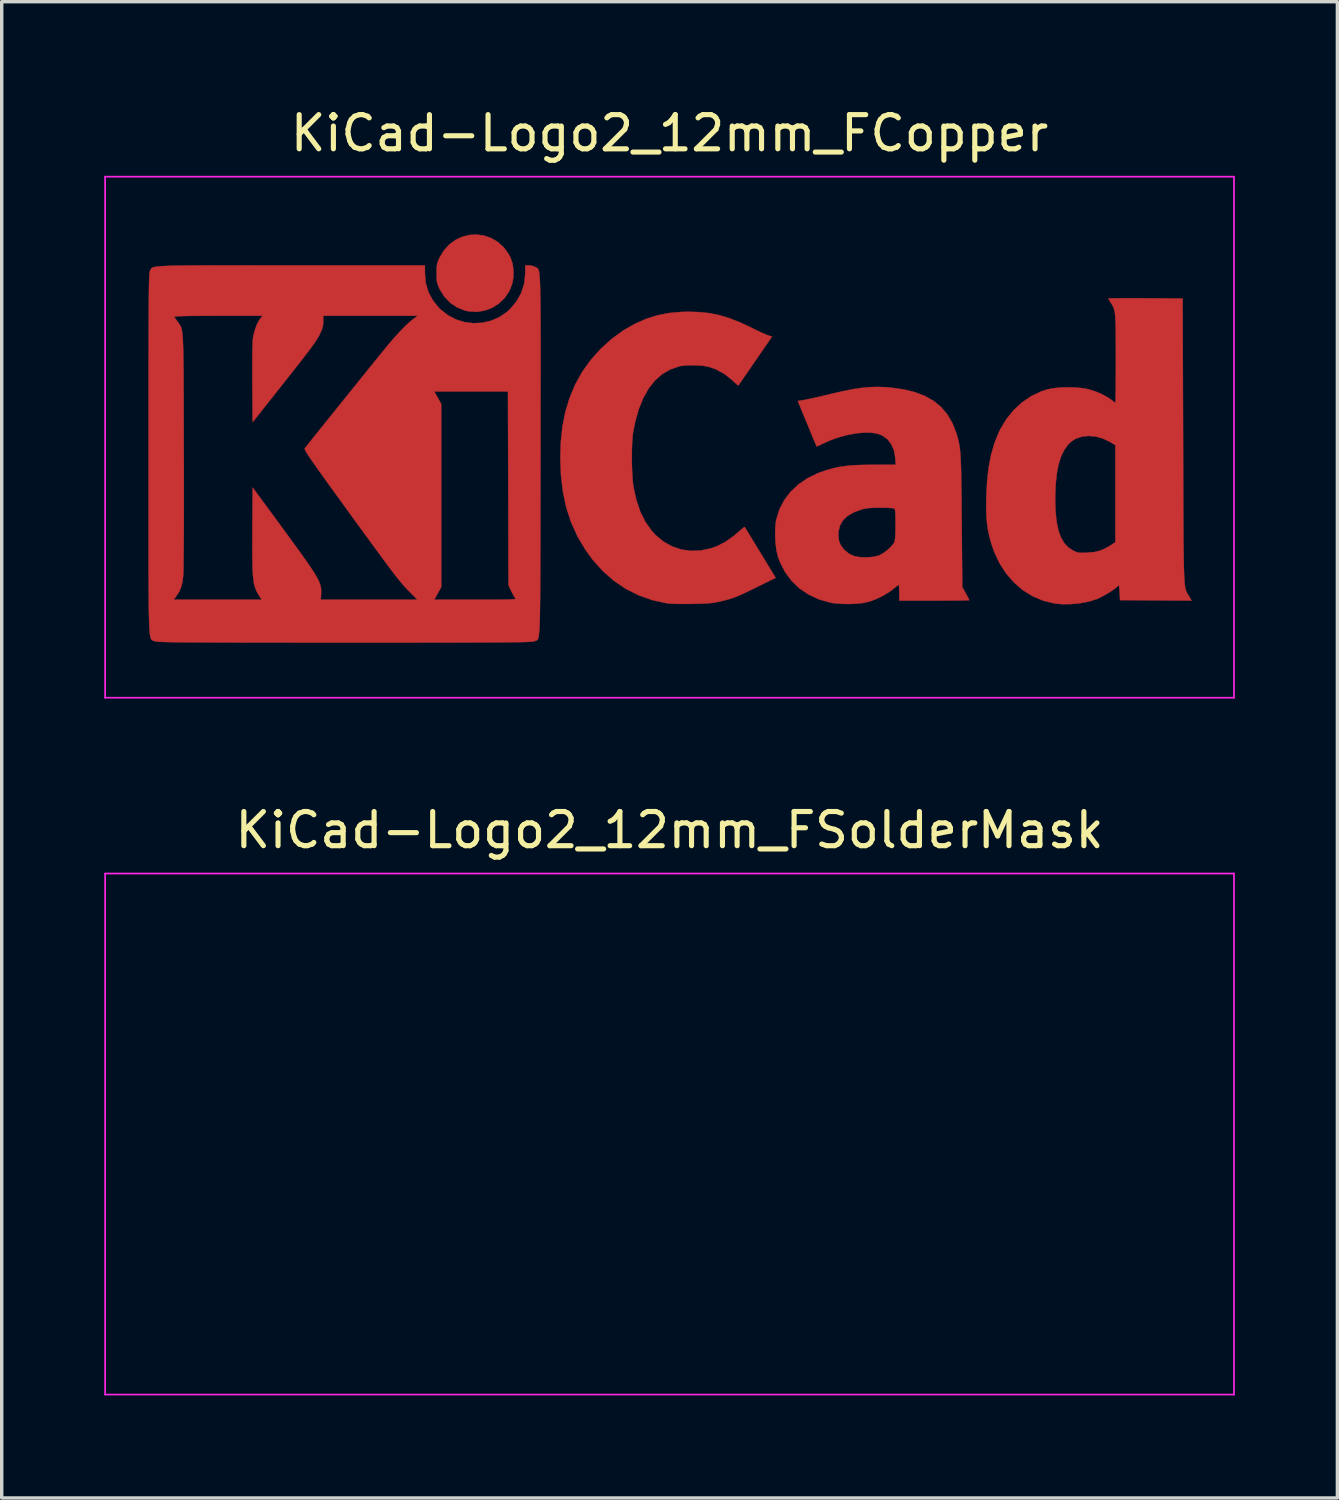
<source format=kicad_pcb>
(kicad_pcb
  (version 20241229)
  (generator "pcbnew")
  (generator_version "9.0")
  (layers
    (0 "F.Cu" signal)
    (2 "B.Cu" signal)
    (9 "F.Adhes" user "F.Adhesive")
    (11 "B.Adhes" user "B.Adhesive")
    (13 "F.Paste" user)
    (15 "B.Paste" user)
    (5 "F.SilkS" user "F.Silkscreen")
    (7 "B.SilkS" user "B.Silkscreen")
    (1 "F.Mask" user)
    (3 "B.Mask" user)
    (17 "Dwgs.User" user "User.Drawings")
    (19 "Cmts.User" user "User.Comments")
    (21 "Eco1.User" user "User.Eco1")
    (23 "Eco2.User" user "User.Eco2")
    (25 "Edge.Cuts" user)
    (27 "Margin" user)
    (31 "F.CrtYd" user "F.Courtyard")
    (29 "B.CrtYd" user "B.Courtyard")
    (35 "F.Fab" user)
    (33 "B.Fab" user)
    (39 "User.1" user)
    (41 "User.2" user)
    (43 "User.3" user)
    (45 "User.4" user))
  (footprint "KiCad-Logo2_12mm_FSolderMask"
    (layer "F.Cu")
    (at 16.535 30.122)
    (property "Reference" "KiCad-Logo2_12mm_FSolderMask" (at 0 -8.89 0) (layer "F.SilkS") (effects (font (size 1 1) (thickness 0.15))))
    (attr exclude_from_pos_files exclude_from_bom)
    (fp_line (start -16.51 -7.62) (end 16.51 -7.62) (stroke (width 0.05) (type solid)) (layer "F.CrtYd"))
    (fp_line (start -16.51 7.62) (end -16.51 -7.62) (stroke (width 0.05) (type solid)) (layer "F.CrtYd"))
    (fp_line (start 16.51 -7.62) (end 16.51 7.62) (stroke (width 0.05) (type solid)) (layer "F.CrtYd"))
    (fp_line (start 16.51 7.62) (end -16.51 7.62) (stroke (width 0.05) (type solid)) (layer "F.CrtYd")))
  (footprint "KiCad-Logo2_12mm_FCopper"
    (layer "F.Cu")
    (at 16.535 9.738)
    (property "Reference" "KiCad-Logo2_12mm_FCopper" (at 0 -8.89 0) (layer "F.SilkS") (effects (font (size 1 1) (thickness 0.15))))
    (attr exclude_from_pos_files exclude_from_bom)
    (fp_poly (pts (xy -5.423 -5.895) (xy -5.218 -5.824) (xy -5.027 -5.712) (xy -4.856 -5.559) (xy -4.712 -5.366) (xy -4.648 -5.244) (xy -4.592 -5.073) (xy -4.565 -4.876) (xy -4.568 -4.674) (xy -4.601 -4.49) (xy -4.692 -4.266) (xy -4.824 -4.072) (xy -4.991 -3.911) (xy -5.185 -3.787) (xy -5.399 -3.705) (xy -5.628 -3.667) (xy -5.865 -3.679) (xy -5.981 -3.704) (xy -6.208 -3.792) (xy -6.41 -3.927) (xy -6.582 -4.104) (xy -6.718 -4.319) (xy -6.729 -4.343) (xy -6.769 -4.431) (xy -6.794 -4.505) (xy -6.808 -4.583) (xy -6.813 -4.684) (xy -6.814 -4.793) (xy -6.813 -4.925) (xy -6.806 -5.019) (xy -6.79 -5.096) (xy -6.762 -5.173) (xy -6.728 -5.249) (xy -6.599 -5.464) (xy -6.441 -5.638) (xy -6.259 -5.771) (xy -6.06 -5.863) (xy -5.85 -5.915) (xy -5.636 -5.925) (xy -5.423 -5.895)) (stroke (width 0.01) (type solid)) (fill yes) (layer "F.Cu"))
    (fp_poly (pts (xy 0.875 -3.659) (xy 1.17 -3.627) (xy 1.455 -3.569) (xy 1.743 -3.483) (xy 2.045 -3.365) (xy 2.372 -3.213) (xy 2.431 -3.184) (xy 2.566 -3.117) (xy 2.694 -3.057) (xy 2.801 -3.009) (xy 2.876 -2.98) (xy 2.887 -2.976) (xy 2.997 -2.943) (xy 2.506 -2.23) (xy 2.386 -2.055) (xy 2.277 -1.896) (xy 2.181 -1.757) (xy 2.103 -1.644) (xy 2.047 -1.562) (xy 2.015 -1.517) (xy 2.01 -1.51) (xy 1.99 -1.525) (xy 1.939 -1.57) (xy 1.867 -1.636) (xy 1.827 -1.674) (xy 1.603 -1.852) (xy 1.351 -1.988) (xy 1.133 -2.062) (xy 1.003 -2.086) (xy 0.84 -2.1) (xy 0.663 -2.105) (xy 0.491 -2.1) (xy 0.345 -2.085) (xy 0.286 -2.074) (xy 0.022 -1.983) (xy -0.216 -1.845) (xy -0.427 -1.659) (xy -0.612 -1.425) (xy -0.771 -1.144) (xy -0.902 -0.817) (xy -1.007 -0.443) (xy -1.069 -0.123) (xy -1.085 0.018) (xy -1.096 0.201) (xy -1.102 0.412) (xy -1.103 0.637) (xy -1.1 0.865) (xy -1.091 1.081) (xy -1.078 1.273) (xy -1.06 1.428) (xy -1.056 1.452) (xy -0.972 1.836) (xy -0.857 2.176) (xy -0.71 2.473) (xy -0.531 2.729) (xy -0.404 2.868) (xy -0.176 3.056) (xy 0.073 3.195) (xy 0.341 3.285) (xy 0.623 3.325) (xy 0.913 3.314) (xy 1.209 3.251) (xy 1.384 3.19) (xy 1.626 3.066) (xy 1.876 2.89) (xy 2.016 2.77) (xy 2.094 2.701) (xy 2.156 2.651) (xy 2.191 2.626) (xy 2.195 2.625) (xy 2.211 2.65) (xy 2.252 2.716) (xy 2.314 2.818) (xy 2.394 2.949) (xy 2.488 3.104) (xy 2.594 3.277) (xy 2.653 3.374) (xy 3.103 4.112) (xy 2.541 4.39) (xy 2.338 4.489) (xy 2.174 4.568) (xy 2.038 4.629) (xy 1.921 4.677) (xy 1.812 4.716) (xy 1.701 4.749) (xy 1.579 4.781) (xy 1.461 4.809) (xy 1.357 4.831) (xy 1.248 4.847) (xy 1.123 4.859) (xy 0.972 4.867) (xy 0.783 4.873) (xy 0.655 4.876) (xy 0.474 4.877) (xy 0.3 4.877) (xy 0.144 4.873) (xy 0.02 4.868) (xy -0.063 4.861) (xy -0.068 4.86) (xy -0.497 4.767) (xy -0.9 4.626) (xy -1.276 4.438) (xy -1.626 4.201) (xy -1.95 3.917) (xy -2.247 3.586) (xy -2.462 3.291) (xy -2.691 2.905) (xy -2.876 2.498) (xy -3.018 2.066) (xy -3.118 1.605) (xy -3.176 1.113) (xy -3.195 0.614) (xy -3.18 0.131) (xy -3.132 -0.315) (xy -3.05 -0.731) (xy -2.932 -1.125) (xy -2.777 -1.503) (xy -2.759 -1.543) (xy -2.555 -1.91) (xy -2.305 -2.259) (xy -2.015 -2.583) (xy -1.693 -2.875) (xy -1.346 -3.127) (xy -1.022 -3.312) (xy -0.695 -3.457) (xy -0.368 -3.562) (xy -0.027 -3.63) (xy 0.34 -3.664) (xy 0.56 -3.669) (xy 0.875 -3.659)) (stroke (width 0.01) (type solid)) (fill yes) (layer "F.Cu"))
    (fp_poly (pts (xy 13.611 -4.064) (xy 13.843 -4.063) (xy 13.922 -4.063) (xy 15.008 -4.056) (xy 15.022 0.109) (xy 15.023 0.674) (xy 15.025 1.187) (xy 15.026 1.65) (xy 15.028 2.067) (xy 15.03 2.44) (xy 15.031 2.772) (xy 15.033 3.064) (xy 15.036 3.321) (xy 15.039 3.544) (xy 15.043 3.737) (xy 15.047 3.901) (xy 15.052 4.04) (xy 15.058 4.157) (xy 15.066 4.253) (xy 15.074 4.331) (xy 15.083 4.395) (xy 15.094 4.447) (xy 15.107 4.489) (xy 15.12 4.524) (xy 15.136 4.555) (xy 15.153 4.585) (xy 15.172 4.615) (xy 15.193 4.649) (xy 15.198 4.657) (xy 15.27 4.78) (xy 14.224 4.773) (xy 13.178 4.766) (xy 13.164 4.536) (xy 13.157 4.426) (xy 13.149 4.362) (xy 13.139 4.337) (xy 13.123 4.342) (xy 13.11 4.356) (xy 13.052 4.41) (xy 12.959 4.478) (xy 12.842 4.553) (xy 12.715 4.627) (xy 12.592 4.692) (xy 12.498 4.735) (xy 12.276 4.805) (xy 12.022 4.854) (xy 11.754 4.881) (xy 11.491 4.885) (xy 11.252 4.862) (xy 11.248 4.861) (xy 10.92 4.779) (xy 10.614 4.648) (xy 10.331 4.471) (xy 10.075 4.251) (xy 9.849 3.99) (xy 9.655 3.692) (xy 9.498 3.36) (xy 9.412 3.114) (xy 9.355 2.907) (xy 9.313 2.708) (xy 9.285 2.503) (xy 9.268 2.28) (xy 9.262 2.027) (xy 9.265 1.821) (xy 11.28 1.821) (xy 11.29 2.167) (xy 11.32 2.464) (xy 11.372 2.717) (xy 11.445 2.926) (xy 11.543 3.094) (xy 11.664 3.225) (xy 11.805 3.317) (xy 11.878 3.352) (xy 11.941 3.373) (xy 12.011 3.382) (xy 12.106 3.383) (xy 12.208 3.379) (xy 12.409 3.362) (xy 12.568 3.327) (xy 12.618 3.309) (xy 12.732 3.258) (xy 12.852 3.194) (xy 12.905 3.161) (xy 13.041 3.072) (xy 13.041 0.233) (xy 12.891 0.143) (xy 12.682 0.041) (xy 12.468 -0.019) (xy 12.257 -0.038) (xy 12.057 -0.016) (xy 11.877 0.046) (xy 11.723 0.149) (xy 11.673 0.198) (xy 11.553 0.359) (xy 11.456 0.554) (xy 11.381 0.787) (xy 11.328 1.06) (xy 11.294 1.377) (xy 11.281 1.742) (xy 11.28 1.821) (xy 9.265 1.821) (xy 9.266 1.735) (xy 9.289 1.285) (xy 9.335 0.88) (xy 9.406 0.512) (xy 9.503 0.177) (xy 9.626 -0.132) (xy 9.67 -0.223) (xy 9.848 -0.522) (xy 10.062 -0.787) (xy 10.308 -1.015) (xy 10.581 -1.201) (xy 10.877 -1.341) (xy 11.053 -1.398) (xy 11.227 -1.433) (xy 11.436 -1.453) (xy 11.663 -1.459) (xy 11.89 -1.452) (xy 12.1 -1.431) (xy 12.268 -1.398) (xy 12.469 -1.333) (xy 12.663 -1.249) (xy 12.833 -1.155) (xy 12.924 -1.091) (xy 12.986 -1.044) (xy 13.03 -1.015) (xy 13.04 -1.011) (xy 13.043 -1.037) (xy 13.046 -1.113) (xy 13.048 -1.232) (xy 13.051 -1.391) (xy 13.052 -1.582) (xy 13.054 -1.801) (xy 13.055 -2.043) (xy 13.055 -2.29) (xy 13.055 -2.606) (xy 13.054 -2.872) (xy 13.052 -3.093) (xy 13.049 -3.276) (xy 13.043 -3.424) (xy 13.036 -3.543) (xy 13.025 -3.638) (xy 13.011 -3.713) (xy 12.993 -3.775) (xy 12.97 -3.828) (xy 12.943 -3.878) (xy 12.911 -3.929) (xy 12.907 -3.935) (xy 12.865 -4.001) (xy 12.84 -4.046) (xy 12.837 -4.056) (xy 12.863 -4.059) (xy 12.938 -4.061) (xy 13.056 -4.063) (xy 13.212 -4.064) (xy 13.399 -4.065) (xy 13.611 -4.064)) (stroke (width 0.01) (type solid)) (fill yes) (layer "F.Cu"))
    (fp_poly (pts (xy 6.301 -1.464) (xy 6.436 -1.453) (xy 6.823 -1.402) (xy 7.166 -1.32) (xy 7.467 -1.206) (xy 7.726 -1.059) (xy 7.946 -0.878) (xy 8.128 -0.662) (xy 8.275 -0.41) (xy 8.382 -0.137) (xy 8.409 -0.049) (xy 8.433 0.032) (xy 8.453 0.113) (xy 8.47 0.196) (xy 8.485 0.288) (xy 8.498 0.391) (xy 8.508 0.511) (xy 8.516 0.651) (xy 8.523 0.817) (xy 8.529 1.012) (xy 8.533 1.242) (xy 8.537 1.509) (xy 8.541 1.82) (xy 8.544 2.178) (xy 8.546 2.458) (xy 8.562 4.384) (xy 8.665 4.569) (xy 8.713 4.658) (xy 8.749 4.727) (xy 8.766 4.764) (xy 8.767 4.767) (xy 8.741 4.77) (xy 8.666 4.772) (xy 8.548 4.775) (xy 8.394 4.777) (xy 8.209 4.778) (xy 7.999 4.779) (xy 7.77 4.78) (xy 7.743 4.78) (xy 6.719 4.78) (xy 6.719 4.547) (xy 6.717 4.443) (xy 6.712 4.362) (xy 6.706 4.319) (xy 6.703 4.315) (xy 6.676 4.332) (xy 6.62 4.376) (xy 6.547 4.437) (xy 6.546 4.439) (xy 6.413 4.537) (xy 6.246 4.636) (xy 6.063 4.726) (xy 5.883 4.796) (xy 5.804 4.82) (xy 5.646 4.851) (xy 5.452 4.871) (xy 5.241 4.879) (xy 5.029 4.875) (xy 4.834 4.86) (xy 4.698 4.838) (xy 4.363 4.74) (xy 4.063 4.6) (xy 3.797 4.42) (xy 3.569 4.202) (xy 3.38 3.947) (xy 3.232 3.658) (xy 3.168 3.482) (xy 3.128 3.312) (xy 3.101 3.107) (xy 3.089 2.886) (xy 3.089 2.854) (xy 4.937 2.854) (xy 4.952 3.018) (xy 5.003 3.154) (xy 5.097 3.28) (xy 5.133 3.317) (xy 5.262 3.417) (xy 5.411 3.481) (xy 5.589 3.512) (xy 5.777 3.515) (xy 5.955 3.5) (xy 6.091 3.47) (xy 6.15 3.448) (xy 6.257 3.387) (xy 6.37 3.303) (xy 6.473 3.207) (xy 6.55 3.116) (xy 6.571 3.082) (xy 6.586 3.035) (xy 6.598 2.96) (xy 6.605 2.851) (xy 6.609 2.699) (xy 6.609 2.554) (xy 6.609 2.386) (xy 6.607 2.264) (xy 6.602 2.181) (xy 6.595 2.128) (xy 6.583 2.099) (xy 6.567 2.084) (xy 6.562 2.082) (xy 6.518 2.074) (xy 6.431 2.069) (xy 6.312 2.064) (xy 6.175 2.063) (xy 6.145 2.063) (xy 5.961 2.066) (xy 5.819 2.074) (xy 5.707 2.09) (xy 5.613 2.113) (xy 5.382 2.201) (xy 5.201 2.308) (xy 5.068 2.437) (xy 4.982 2.59) (xy 4.941 2.768) (xy 4.937 2.854) (xy 3.089 2.854) (xy 3.092 2.67) (xy 3.11 2.476) (xy 3.125 2.397) (xy 3.217 2.106) (xy 3.357 1.838) (xy 3.542 1.596) (xy 3.77 1.382) (xy 4.037 1.199) (xy 4.343 1.05) (xy 4.602 0.96) (xy 4.775 0.912) (xy 4.941 0.875) (xy 5.11 0.848) (xy 5.293 0.828) (xy 5.501 0.816) (xy 5.744 0.809) (xy 5.964 0.807) (xy 6.616 0.806) (xy 6.603 0.61) (xy 6.568 0.397) (xy 6.492 0.215) (xy 6.38 0.066) (xy 6.234 -0.043) (xy 6.106 -0.096) (xy 5.922 -0.13) (xy 5.703 -0.135) (xy 5.46 -0.113) (xy 5.202 -0.065) (xy 4.939 0.006) (xy 4.683 0.098) (xy 4.497 0.183) (xy 4.407 0.226) (xy 4.339 0.257) (xy 4.304 0.268) (xy 4.302 0.268) (xy 4.29 0.242) (xy 4.26 0.171) (xy 4.215 0.064) (xy 4.158 -0.074) (xy 4.091 -0.235) (xy 4.023 -0.4) (xy 3.751 -1.059) (xy 3.944 -1.09) (xy 4.028 -1.106) (xy 4.154 -1.133) (xy 4.312 -1.168) (xy 4.49 -1.209) (xy 4.677 -1.254) (xy 4.752 -1.272) (xy 5.076 -1.347) (xy 5.359 -1.404) (xy 5.613 -1.442) (xy 5.847 -1.464) (xy 6.073 -1.471) (xy 6.301 -1.464)) (stroke (width 0.01) (type solid)) (fill yes) (layer "F.Cu"))
    (fp_poly (pts (xy -11.847 -5.025) (xy -11.321 -5.025) (xy -11.076 -5.025) (xy -7.156 -5.025) (xy -7.156 -4.794) (xy -7.131 -4.513) (xy -7.057 -4.254) (xy -6.932 -4.015) (xy -6.756 -3.794) (xy -6.696 -3.735) (xy -6.482 -3.566) (xy -6.246 -3.443) (xy -5.995 -3.365) (xy -5.735 -3.334) (xy -5.475 -3.347) (xy -5.221 -3.406) (xy -4.98 -3.511) (xy -4.76 -3.661) (xy -4.661 -3.751) (xy -4.476 -3.973) (xy -4.34 -4.216) (xy -4.255 -4.479) (xy -4.222 -4.759) (xy -4.221 -4.786) (xy -4.22 -5.025) (xy -4.115 -5.025) (xy -4.021 -5.013) (xy -3.936 -4.982) (xy -3.931 -4.979) (xy -3.912 -4.969) (xy -3.894 -4.961) (xy -3.878 -4.953) (xy -3.863 -4.943) (xy -3.85 -4.928) (xy -3.838 -4.907) (xy -3.827 -4.876) (xy -3.817 -4.834) (xy -3.809 -4.778) (xy -3.802 -4.707) (xy -3.795 -4.617) (xy -3.79 -4.507) (xy -3.785 -4.374) (xy -3.781 -4.216) (xy -3.778 -4.031) (xy -3.776 -3.817) (xy -3.774 -3.571) (xy -3.773 -3.29) (xy -3.772 -2.974) (xy -3.772 -2.619) (xy -3.772 -2.223) (xy -3.772 -1.784) (xy -3.773 -1.3) (xy -3.774 -0.769) (xy -3.775 -0.187) (xy -3.775 0.446) (xy -3.776 0.524) (xy -3.776 1.161) (xy -3.777 1.747) (xy -3.778 2.282) (xy -3.778 2.769) (xy -3.779 3.211) (xy -3.78 3.609) (xy -3.781 3.967) (xy -3.783 4.285) (xy -3.785 4.568) (xy -3.787 4.815) (xy -3.79 5.031) (xy -3.793 5.217) (xy -3.797 5.376) (xy -3.802 5.509) (xy -3.808 5.62) (xy -3.815 5.709) (xy -3.822 5.781) (xy -3.831 5.836) (xy -3.84 5.877) (xy -3.851 5.906) (xy -3.863 5.926) (xy -3.877 5.939) (xy -3.892 5.948) (xy -3.908 5.953) (xy -3.926 5.958) (xy -3.946 5.965) (xy -3.95 5.968) (xy -3.965 5.973) (xy -3.991 5.977) (xy -4.028 5.981) (xy -4.08 5.985) (xy -4.148 5.988) (xy -4.236 5.991) (xy -4.344 5.994) (xy -4.476 5.996) (xy -4.633 5.999) (xy -4.818 6) (xy -5.033 6.002) (xy -5.28 6.003) (xy -5.561 6.005) (xy -5.878 6.006) (xy -6.234 6.006) (xy -6.631 6.007) (xy -7.071 6.007) (xy -7.556 6.008) (xy -8.088 6.008) (xy -8.67 6.008) (xy -9.303 6.008) (xy -9.509 6.008) (xy -10.156 6.008) (xy -10.752 6.008) (xy -11.297 6.007) (xy -11.794 6.007) (xy -12.245 6.007) (xy -12.653 6.006) (xy -13.02 6.005) (xy -13.347 6.004) (xy -13.638 6.003) (xy -13.894 6.002) (xy -14.117 6) (xy -14.31 5.999) (xy -14.476 5.997) (xy -14.615 5.994) (xy -14.731 5.992) (xy -14.826 5.989) (xy -14.901 5.985) (xy -14.96 5.982) (xy -15.003 5.978) (xy -15.035 5.974) (xy -15.056 5.969) (xy -15.067 5.965) (xy -15.088 5.956) (xy -15.107 5.95) (xy -15.124 5.943) (xy -15.139 5.935) (xy -15.154 5.921) (xy -15.166 5.902) (xy -15.178 5.873) (xy -15.188 5.832) (xy -15.197 5.779) (xy -15.205 5.709) (xy -15.212 5.622) (xy -15.218 5.514) (xy -15.223 5.383) (xy -15.227 5.228) (xy -15.231 5.045) (xy -15.234 4.834) (xy -15.234 4.752) (xy -14.505 4.752) (xy -11.929 4.752) (xy -11.979 4.677) (xy -12.028 4.6) (xy -12.07 4.526) (xy -12.104 4.452) (xy -12.133 4.37) (xy -12.156 4.277) (xy -12.173 4.166) (xy -12.186 4.034) (xy -12.195 3.875) (xy -12.2 3.683) (xy -12.203 3.454) (xy -12.204 3.182) (xy -12.202 2.863) (xy -12.202 2.744) (xy -12.195 1.472) (xy -11.389 2.569) (xy -11.161 2.88) (xy -10.963 3.151) (xy -10.794 3.385) (xy -10.65 3.587) (xy -10.531 3.759) (xy -10.434 3.905) (xy -10.357 4.028) (xy -10.297 4.133) (xy -10.253 4.223) (xy -10.223 4.302) (xy -10.203 4.372) (xy -10.193 4.439) (xy -10.19 4.504) (xy -10.192 4.573) (xy -10.192 4.581) (xy -10.201 4.752) (xy -8.789 4.752) (xy -7.378 4.752) (xy -7.588 4.54) (xy -7.645 4.483) (xy -7.699 4.426) (xy -7.752 4.368) (xy -7.807 4.306) (xy -7.867 4.235) (xy -7.933 4.154) (xy -8.008 4.059) (xy -8.094 3.947) (xy -8.194 3.814) (xy -8.31 3.659) (xy -8.445 3.476) (xy -8.6 3.265) (xy -8.779 3.02) (xy -8.983 2.74) (xy -9.215 2.422) (xy -9.405 2.16) (xy -9.643 1.831) (xy -9.852 1.544) (xy -10.031 1.295) (xy -10.184 1.082) (xy -10.312 0.902) (xy -10.417 0.753) (xy -10.501 0.631) (xy -10.566 0.534) (xy -10.614 0.46) (xy -10.646 0.404) (xy -10.665 0.366) (xy -10.673 0.342) (xy -10.67 0.329) (xy -10.644 0.295) (xy -10.587 0.222) (xy -10.502 0.116) (xy -10.393 -0.02) (xy -10.264 -0.181) (xy -10.118 -0.363) (xy -9.958 -0.562) (xy -9.788 -0.773) (xy -9.612 -0.993) (xy -9.432 -1.216) (xy -9.333 -1.338) (xy -6.882 -1.338) (xy -6.678 -0.97) (xy -6.678 4.384) (xy -6.882 4.752) (xy -5.676 4.752) (xy -5.388 4.752) (xy -5.151 4.752) (xy -4.958 4.751) (xy -4.807 4.749) (xy -4.693 4.747) (xy -4.61 4.744) (xy -4.554 4.739) (xy -4.521 4.733) (xy -4.507 4.725) (xy -4.506 4.715) (xy -4.515 4.704) (xy -4.515 4.704) (xy -4.549 4.654) (xy -4.595 4.573) (xy -4.635 4.492) (xy -4.711 4.329) (xy -4.719 1.495) (xy -4.727 -1.338) (xy -6.882 -1.338) (xy -9.333 -1.338) (xy -9.253 -1.438) (xy -9.078 -1.656) (xy -8.909 -1.864) (xy -8.752 -2.059) (xy -8.609 -2.237) (xy -8.483 -2.392) (xy -8.378 -2.521) (xy -8.298 -2.619) (xy -8.251 -2.677) (xy -8.069 -2.891) (xy -7.893 -3.084) (xy -7.731 -3.25) (xy -7.588 -3.383) (xy -7.486 -3.464) (xy -7.366 -3.551) (xy -10.13 -3.551) (xy -10.129 -3.388) (xy -10.137 -3.269) (xy -10.166 -3.159) (xy -10.211 -3.054) (xy -10.24 -2.995) (xy -10.271 -2.936) (xy -10.308 -2.874) (xy -10.352 -2.805) (xy -10.408 -2.724) (xy -10.476 -2.629) (xy -10.562 -2.514) (xy -10.667 -2.377) (xy -10.794 -2.213) (xy -10.946 -2.019) (xy -11.127 -1.79) (xy -11.338 -1.522) (xy -11.362 -1.492) (xy -12.195 -0.439) (xy -12.203 -1.605) (xy -12.204 -1.955) (xy -12.204 -2.251) (xy -12.202 -2.494) (xy -12.197 -2.686) (xy -12.191 -2.826) (xy -12.183 -2.917) (xy -12.18 -2.935) (xy -12.136 -3.117) (xy -12.078 -3.281) (xy -12.011 -3.413) (xy -11.972 -3.469) (xy -11.903 -3.551) (xy -13.204 -3.551) (xy -13.515 -3.55) (xy -13.774 -3.549) (xy -13.987 -3.548) (xy -14.156 -3.545) (xy -14.286 -3.542) (xy -14.38 -3.538) (xy -14.442 -3.533) (xy -14.476 -3.526) (xy -14.486 -3.518) (xy -14.485 -3.516) (xy -14.458 -3.475) (xy -14.412 -3.409) (xy -14.388 -3.375) (xy -14.363 -3.342) (xy -14.341 -3.312) (xy -14.321 -3.283) (xy -14.304 -3.252) (xy -14.288 -3.215) (xy -14.275 -3.17) (xy -14.263 -3.114) (xy -14.253 -3.043) (xy -14.244 -2.956) (xy -14.237 -2.849) (xy -14.231 -2.719) (xy -14.226 -2.563) (xy -14.222 -2.379) (xy -14.219 -2.162) (xy -14.216 -1.912) (xy -14.215 -1.623) (xy -14.213 -1.295) (xy -14.212 -0.922) (xy -14.211 -0.504) (xy -14.21 -0.036) (xy -14.209 0.393) (xy -14.208 0.872) (xy -14.207 1.329) (xy -14.207 1.761) (xy -14.207 2.166) (xy -14.208 2.539) (xy -14.209 2.879) (xy -14.211 3.182) (xy -14.213 3.446) (xy -14.216 3.668) (xy -14.218 3.844) (xy -14.222 3.971) (xy -14.225 4.048) (xy -14.226 4.056) (xy -14.25 4.242) (xy -14.288 4.391) (xy -14.345 4.521) (xy -14.428 4.649) (xy -14.439 4.663) (xy -14.505 4.752) (xy -15.234 4.752) (xy -15.236 4.59) (xy -15.237 4.313) (xy -15.239 3.999) (xy -15.239 3.648) (xy -15.24 3.255) (xy -15.24 2.82) (xy -15.24 2.339) (xy -15.24 1.811) (xy -15.24 1.234) (xy -15.24 0.604) (xy -15.24 0.479) (xy -15.24 -0.157) (xy -15.24 -0.741) (xy -15.24 -1.274) (xy -15.239 -1.76) (xy -15.239 -2.2) (xy -15.238 -2.597) (xy -15.237 -2.952) (xy -15.236 -3.269) (xy -15.235 -3.549) (xy -15.234 -3.794) (xy -15.232 -4.008) (xy -15.23 -4.191) (xy -15.228 -4.346) (xy -15.226 -4.477) (xy -15.223 -4.583) (xy -15.22 -4.669) (xy -15.216 -4.736) (xy -15.213 -4.787) (xy -15.208 -4.823) (xy -15.204 -4.848) (xy -15.199 -4.862) (xy -15.199 -4.862) (xy -15.188 -4.885) (xy -15.18 -4.905) (xy -15.17 -4.923) (xy -15.157 -4.939) (xy -15.138 -4.953) (xy -15.11 -4.966) (xy -15.071 -4.977) (xy -15.017 -4.987) (xy -14.947 -4.995) (xy -14.858 -5.002) (xy -14.746 -5.008) (xy -14.61 -5.013) (xy -14.447 -5.017) (xy -14.254 -5.02) (xy -14.029 -5.022) (xy -13.768 -5.023) (xy -13.47 -5.025) (xy -13.131 -5.025) (xy -12.75 -5.025) (xy -12.323 -5.026) (xy -11.847 -5.025)) (stroke (width 0.01) (type solid)) (fill yes) (layer "F.Cu"))
    (fp_line (start -16.51 -7.62) (end 16.51 -7.62) (stroke (width 0.05) (type solid)) (layer "F.CrtYd"))
    (fp_line (start -16.51 7.62) (end -16.51 -7.62) (stroke (width 0.05) (type solid)) (layer "F.CrtYd"))
    (fp_line (start 16.51 -7.62) (end 16.51 7.62) (stroke (width 0.05) (type solid)) (layer "F.CrtYd"))
    (fp_line (start 16.51 7.62) (end -16.51 7.62) (stroke (width 0.05) (type solid)) (layer "F.CrtYd")))
  (gr_rect
    (start -3 -3)
    (end 36.07 40.767)
    (stroke (width 0.1) (type default))
    (fill no)
    (layer "Edge.Cuts")))
</source>
